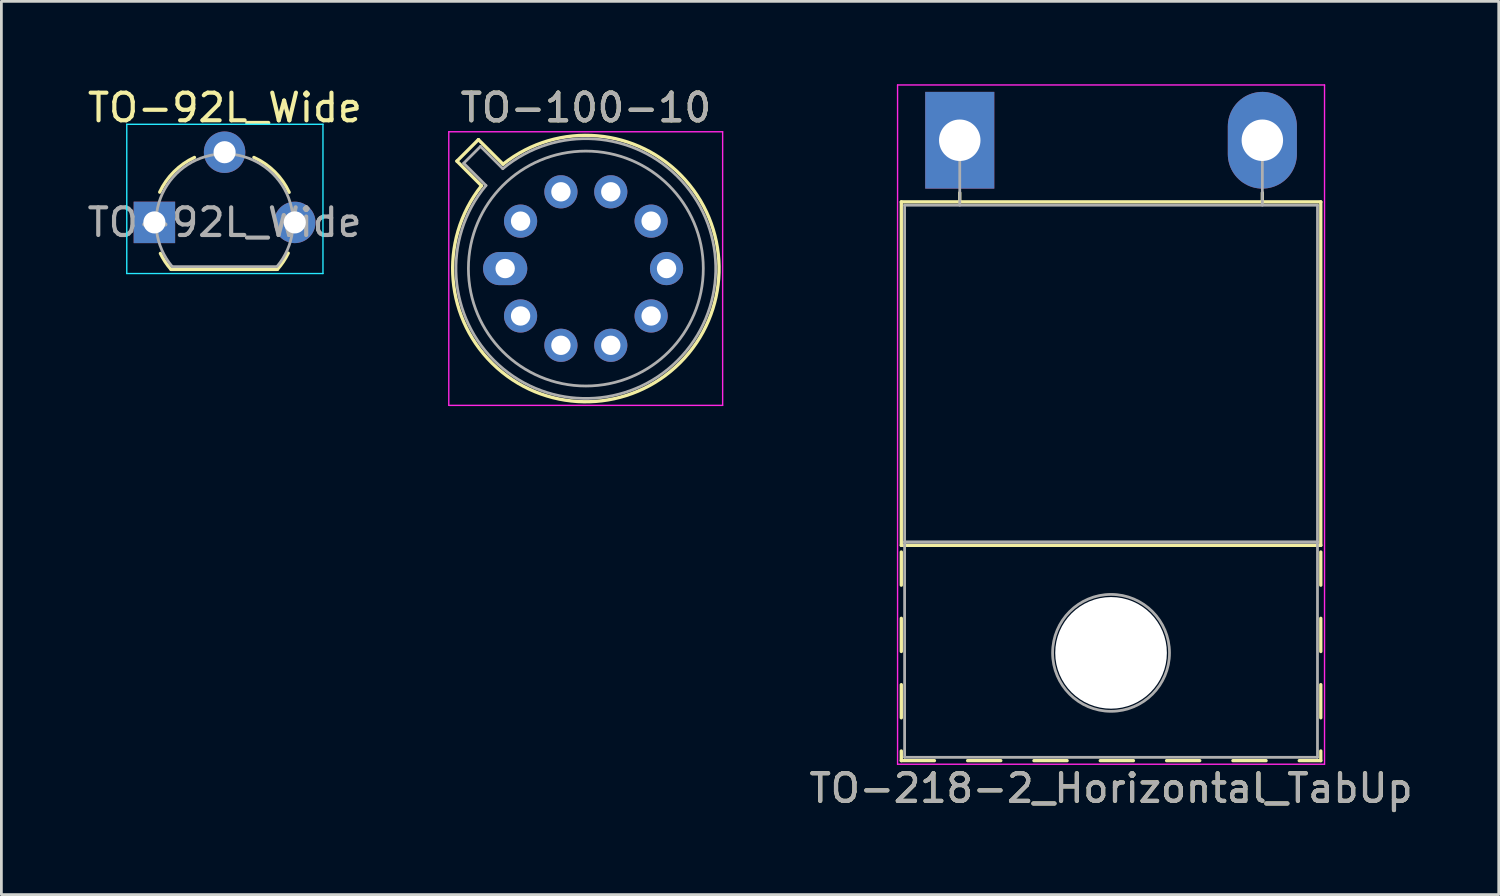
<source format=kicad_pcb>
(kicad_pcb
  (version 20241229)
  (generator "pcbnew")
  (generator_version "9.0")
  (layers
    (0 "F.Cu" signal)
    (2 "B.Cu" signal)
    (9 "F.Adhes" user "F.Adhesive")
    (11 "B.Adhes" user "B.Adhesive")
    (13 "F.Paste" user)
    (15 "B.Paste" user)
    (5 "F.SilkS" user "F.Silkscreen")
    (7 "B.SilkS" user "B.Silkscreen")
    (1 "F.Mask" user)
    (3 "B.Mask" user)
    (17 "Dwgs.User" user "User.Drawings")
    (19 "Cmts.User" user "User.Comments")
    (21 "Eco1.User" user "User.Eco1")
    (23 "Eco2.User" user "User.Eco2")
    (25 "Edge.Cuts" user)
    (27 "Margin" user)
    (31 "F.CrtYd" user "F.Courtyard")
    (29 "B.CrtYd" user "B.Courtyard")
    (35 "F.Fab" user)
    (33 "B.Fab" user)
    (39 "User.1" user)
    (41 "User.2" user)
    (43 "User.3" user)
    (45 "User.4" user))
  (footprint "TO-100-10"
    (layer "F.Cu")
    (at 15.23 6.668)
    (property "Reference" "TO-100-10" (at 2.92 -5.82 0) (layer "F.SilkS") (effects (font (size 1 1) (thickness 0.15))))
    (attr through_hole)
    (fp_line (start -1.746 -3.888) (end -0.855 -2.997) (stroke (width 0.12) (type solid)) (layer "F.SilkS"))
    (fp_line (start -0.968 -4.666) (end -1.746 -3.888) (stroke (width 0.12) (type solid)) (layer "F.SilkS"))
    (fp_line (start -0.077 -3.775) (end -0.968 -4.666) (stroke (width 0.12) (type solid)) (layer "F.SilkS"))
    (fp_arc (start -0.077084 -3.774902) (mid 6.328125 3.408384) (end -0.854674 -2.997371) (stroke (width 0.12) (type solid)) (layer "F.SilkS"))
    (fp_line (start -2.04 -4.95) (end -2.04 4.95) (stroke (width 0.05) (type solid)) (layer "F.CrtYd"))
    (fp_line (start -2.04 4.95) (end 7.87 4.95) (stroke (width 0.05) (type solid)) (layer "F.CrtYd"))
    (fp_line (start 7.87 -4.95) (end -2.04 -4.95) (stroke (width 0.05) (type solid)) (layer "F.CrtYd"))
    (fp_line (start 7.87 4.95) (end 7.87 -4.95) (stroke (width 0.05) (type solid)) (layer "F.CrtYd"))
    (fp_line (start -1.5 -3.812) (end -0.694 -3.005) (stroke (width 0.1) (type solid)) (layer "F.Fab"))
    (fp_line (start -0.892 -4.42) (end -1.5 -3.812) (stroke (width 0.1) (type solid)) (layer "F.Fab"))
    (fp_line (start -0.085 -3.614) (end -0.892 -4.42) (stroke (width 0.1) (type solid)) (layer "F.Fab"))
    (fp_arc (start -0.085408 -3.61352) (mid 6.243443 3.323361) (end -0.693594 -3.005319) (stroke (width 0.1) (type solid)) (layer "F.Fab"))
    (fp_circle (center 2.92 0) (end 7.17 0) (stroke (width 0.1) (type solid)) (fill no) (layer "F.Fab"))
    (fp_text user "${REFERENCE}" (at 2.92 -5.82 0) (layer "F.Fab") (effects (font (size 1 1) (thickness 0.15))))
    (pad "1" thru_hole oval (at 0 0) (size 1.6 1.2) (drill 0.7) (layers "*.Cu" "*.Mask"))
    (pad "2" thru_hole oval (at 0.558 1.716) (size 1.2 1.2) (drill 0.7) (layers "*.Cu" "*.Mask"))
    (pad "3" thru_hole oval (at 2.018 2.777) (size 1.2 1.2) (drill 0.7) (layers "*.Cu" "*.Mask"))
    (pad "4" thru_hole oval (at 3.822 2.777) (size 1.2 1.2) (drill 0.7) (layers "*.Cu" "*.Mask"))
    (pad "5" thru_hole oval (at 5.282 1.716) (size 1.2 1.2) (drill 0.7) (layers "*.Cu" "*.Mask"))
    (pad "6" thru_hole oval (at 5.84 0) (size 1.2 1.2) (drill 0.7) (layers "*.Cu" "*.Mask"))
    (pad "7" thru_hole oval (at 5.282 -1.716) (size 1.2 1.2) (drill 0.7) (layers "*.Cu" "*.Mask"))
    (pad "8" thru_hole oval (at 3.822 -2.777) (size 1.2 1.2) (drill 0.7) (layers "*.Cu" "*.Mask"))
    (pad "9" thru_hole oval (at 2.018 -2.777) (size 1.2 1.2) (drill 0.7) (layers "*.Cu" "*.Mask"))
    (pad "10" thru_hole oval (at 0.558 -1.716) (size 1.2 1.2) (drill 0.7) (layers "*.Cu" "*.Mask")))
  (footprint "TO-92L_Wide"
    (layer "F.Cu")
    (at 2.537 4.998)
    (property "Reference" "TO-92L_Wide" (at 2.55 -4.15 0) (layer "F.SilkS") (effects (font (size 1 1) (thickness 0.15))))
    (attr through_hole)
    (fp_line (start 0.6 1.7) (end 4.45 1.7) (stroke (width 0.12) (type solid)) (layer "F.SilkS"))
    (fp_arc (start 0.192226 -1.094786) (mid 0.710119 -1.833613) (end 1.45 -2.35) (stroke (width 0.12) (type solid)) (layer "F.SilkS"))
    (fp_arc (start 0.6 1.7) (mid 0.389183 1.423933) (end 0.217369 1.122045) (stroke (width 0.12) (type solid)) (layer "F.SilkS"))
    (fp_arc (start 3.6 -2.35) (mid 4.351408 -1.834367) (end 4.876463 -1.089513) (stroke (width 0.12) (type solid)) (layer "F.SilkS"))
    (fp_arc (start 4.842383 1.112264) (mid 4.666594 1.419753) (end 4.45 1.7) (stroke (width 0.12) (type solid)) (layer "F.SilkS"))
    (fp_line (start -1 -3.55) (end -1 1.85) (stroke (width 0.05) (type solid)) (layer "B.CrtYd"))
    (fp_line (start -1 1.85) (end 6.1 1.85) (stroke (width 0.05) (type solid)) (layer "B.CrtYd"))
    (fp_line (start 6.1 -3.55) (end -1 -3.55) (stroke (width 0.05) (type solid)) (layer "B.CrtYd"))
    (fp_line (start 6.1 1.85) (end 6.1 -3.55) (stroke (width 0.05) (type solid)) (layer "B.CrtYd"))
    (fp_line (start 0.65 1.6) (end 4.4 1.6) (stroke (width 0.1) (type solid)) (layer "F.Fab"))
    (fp_arc (start 0.647182 1.602385) (mid 0.290076 -1.043188) (end 2.54 -2.48) (stroke (width 0.1) (type solid)) (layer "F.Fab"))
    (fp_arc (start 2.54 -2.48) (mid 4.787211 -1.049019) (end 4.441103 1.592547) (stroke (width 0.1) (type solid)) (layer "F.Fab"))
    (fp_text user "${REFERENCE}" (at 2.54 0 0) (layer "F.Fab") (effects (font (size 1 1) (thickness 0.15))))
    (pad "1" thru_hole rect (at 0 0) (size 1.5 1.5) (drill 0.8) (layers "*.Cu" "*.Mask"))
    (pad "2" thru_hole circle (at 2.54 -2.54) (size 1.5 1.5) (drill 0.8) (layers "*.Cu" "*.Mask"))
    (pad "3" thru_hole circle (at 5.08 0) (size 1.5 1.5) (drill 0.8) (layers "*.Cu" "*.Mask")))
  (footprint "TO-218-2_Horizontal_TabUp"
    (layer "F.Cu")
    (at 31.68 2.025)
    (property "Reference" "TO-218-2_Horizontal_TabUp" (at 5.475 23.45 0) (layer "F.SilkS") (effects (font (size 1 1) (thickness 0.15))))
    (attr through_hole)
    (fp_line (start -2.115 2.23) (end -2.115 14.66) (stroke (width 0.12) (type solid)) (layer "F.SilkS"))
    (fp_line (start -2.115 2.23) (end 13.065 2.23) (stroke (width 0.12) (type solid)) (layer "F.SilkS"))
    (fp_line (start -2.115 14.66) (end 13.065 14.66) (stroke (width 0.12) (type solid)) (layer "F.SilkS"))
    (fp_line (start -2.115 14.9) (end -2.115 16.101) (stroke (width 0.12) (type solid)) (layer "F.SilkS"))
    (fp_line (start -2.115 17.3) (end -2.115 18.5) (stroke (width 0.12) (type solid)) (layer "F.SilkS"))
    (fp_line (start -2.115 19.7) (end -2.115 20.9) (stroke (width 0.12) (type solid)) (layer "F.SilkS"))
    (fp_line (start -2.115 22.1) (end -2.115 22.45) (stroke (width 0.12) (type solid)) (layer "F.SilkS"))
    (fp_line (start -2.115 22.45) (end -0.916 22.45) (stroke (width 0.12) (type solid)) (layer "F.SilkS"))
    (fp_line (start 0 1.9) (end 0 2.23) (stroke (width 0.12) (type solid)) (layer "F.SilkS"))
    (fp_line (start 0.285 22.45) (end 1.485 22.45) (stroke (width 0.12) (type solid)) (layer "F.SilkS"))
    (fp_line (start 2.685 22.45) (end 3.885 22.45) (stroke (width 0.12) (type solid)) (layer "F.SilkS"))
    (fp_line (start 5.085 22.45) (end 6.285 22.45) (stroke (width 0.12) (type solid)) (layer "F.SilkS"))
    (fp_line (start 7.485 22.45) (end 8.685 22.45) (stroke (width 0.12) (type solid)) (layer "F.SilkS"))
    (fp_line (start 9.885 22.45) (end 11.085 22.45) (stroke (width 0.12) (type solid)) (layer "F.SilkS"))
    (fp_line (start 10.95 1.9) (end 10.95 2.23) (stroke (width 0.12) (type solid)) (layer "F.SilkS"))
    (fp_line (start 12.285 22.45) (end 13.065 22.45) (stroke (width 0.12) (type solid)) (layer "F.SilkS"))
    (fp_line (start 13.065 2.23) (end 13.065 14.66) (stroke (width 0.12) (type solid)) (layer "F.SilkS"))
    (fp_line (start 13.065 14.9) (end 13.065 16.101) (stroke (width 0.12) (type solid)) (layer "F.SilkS"))
    (fp_line (start 13.065 17.3) (end 13.065 18.5) (stroke (width 0.12) (type solid)) (layer "F.SilkS"))
    (fp_line (start 13.065 19.7) (end 13.065 20.9) (stroke (width 0.12) (type solid)) (layer "F.SilkS"))
    (fp_line (start 13.065 22.1) (end 13.065 22.45) (stroke (width 0.12) (type solid)) (layer "F.SilkS"))
    (fp_line (start -2.25 -2) (end -2.25 22.58) (stroke (width 0.05) (type solid)) (layer "F.CrtYd"))
    (fp_line (start -2.25 22.58) (end 13.2 22.58) (stroke (width 0.05) (type solid)) (layer "F.CrtYd"))
    (fp_line (start 13.2 -2) (end -2.25 -2) (stroke (width 0.05) (type solid)) (layer "F.CrtYd"))
    (fp_line (start 13.2 22.58) (end 13.2 -2) (stroke (width 0.05) (type solid)) (layer "F.CrtYd"))
    (fp_line (start -1.995 2.35) (end -1.995 14.54) (stroke (width 0.1) (type solid)) (layer "F.Fab"))
    (fp_line (start -1.995 14.54) (end -1.995 22.33) (stroke (width 0.1) (type solid)) (layer "F.Fab"))
    (fp_line (start -1.995 14.54) (end 12.945 14.54) (stroke (width 0.1) (type solid)) (layer "F.Fab"))
    (fp_line (start -1.995 22.33) (end 12.945 22.33) (stroke (width 0.1) (type solid)) (layer "F.Fab"))
    (fp_line (start 0 2.35) (end 0 0) (stroke (width 0.1) (type solid)) (layer "F.Fab"))
    (fp_line (start 10.95 2.35) (end 10.95 0) (stroke (width 0.1) (type solid)) (layer "F.Fab"))
    (fp_line (start 12.945 2.35) (end -1.995 2.35) (stroke (width 0.1) (type solid)) (layer "F.Fab"))
    (fp_line (start 12.945 14.54) (end -1.995 14.54) (stroke (width 0.1) (type solid)) (layer "F.Fab"))
    (fp_line (start 12.945 14.54) (end 12.945 2.35) (stroke (width 0.1) (type solid)) (layer "F.Fab"))
    (fp_line (start 12.945 22.33) (end 12.945 14.54) (stroke (width 0.1) (type solid)) (layer "F.Fab"))
    (fp_circle (center 5.475 18.55) (end 7.59 18.55) (stroke (width 0.1) (type solid)) (fill no) (layer "F.Fab"))
    (fp_text user "${REFERENCE}" (at 5.475 23.45 0) (layer "F.Fab") (effects (font (size 1 1) (thickness 0.15))))
    (pad "" np_thru_hole oval (at 5.475 18.55) (size 4.04 4.04) (drill 4.04) (layers "*.Cu" "*.Mask"))
    (pad "1" thru_hole rect (at 0 0) (size 2.5 3.5) (drill 1.5) (layers "*.Cu" "*.Mask"))
    (pad "2" thru_hole oval (at 10.95 0) (size 2.5 3.5) (drill 1.5) (layers "*.Cu" "*.Mask")))
  (gr_rect
    (start -3 -3)
    (end 51.184 29.323)
    (stroke (width 0.1) (type default))
    (fill no)
    (layer "Edge.Cuts")))
</source>
